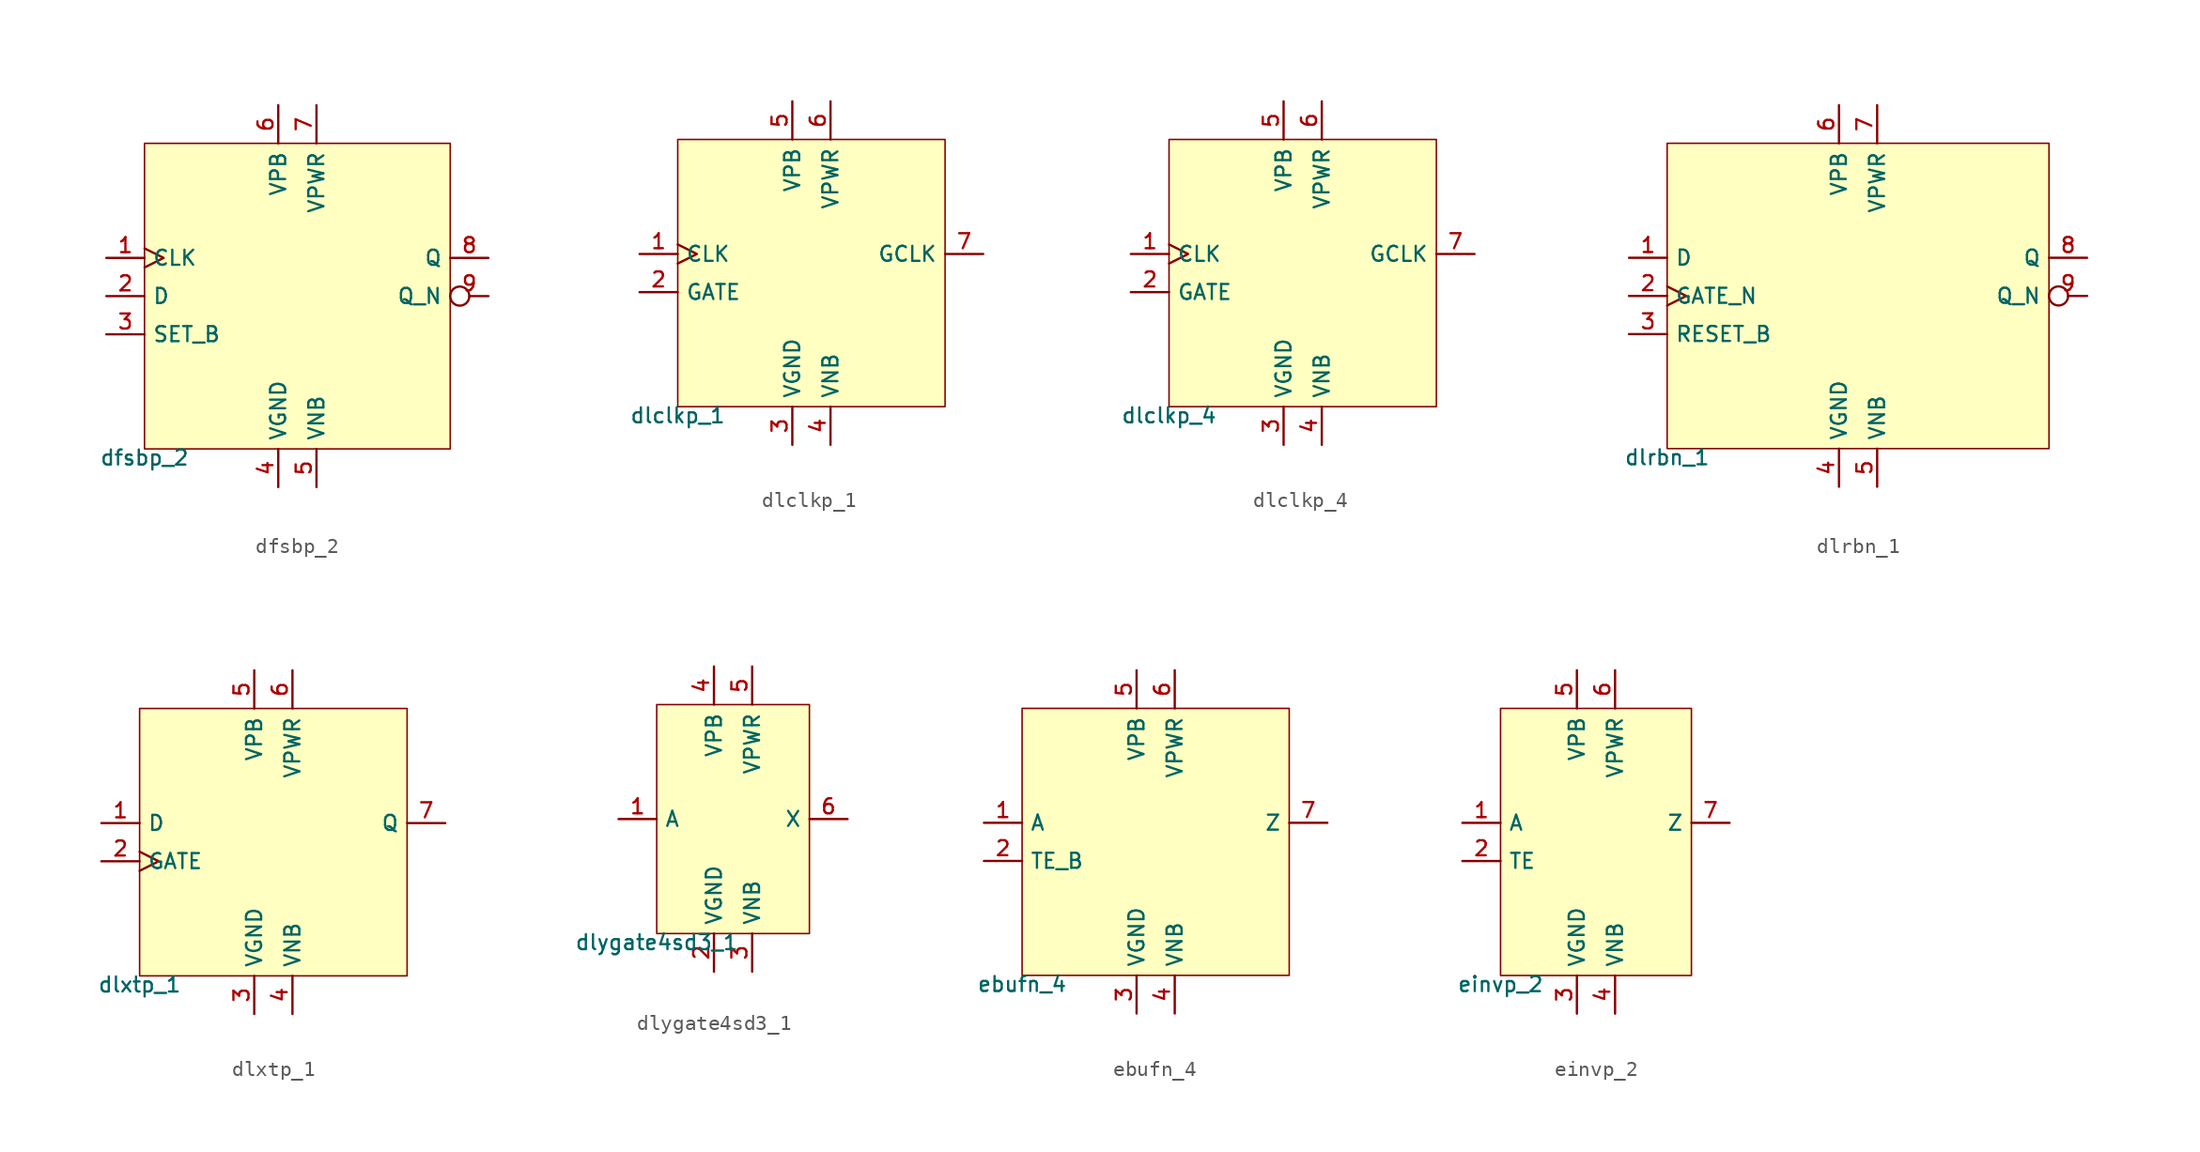
<source format=kicad_sym>
(kicad_symbol_lib
  (version 20211014)
  (generator pdk2kicad)
  (symbol "dfsbp_2"
    (property "Reference" "X"
      (at 0 0 0)
      (effects (font (size 1 1)) hide))
    (property "Value" "dfsbp_2"
      (at -10.16 -10.16 0)
      (effects (font (size 1 1)) (justify top)))
    (rectangle
      (start -10.16 -10.16)
      (end 10.16 10.16)
      (stroke (width 0.1) (type solid) (color 0 0 0 0))
      (fill (type background)))
    (pin input clock
      (at -12.7 2.54 0)
      (length 2.54)
      (name "CLK" (effects (font (size 1 1)) hide))
      (number "1" (effects (font (size 1 1)) hide)))
    (pin input line
      (at -12.7 0.0 0)
      (length 2.54)
      (name "D" (effects (font (size 1 1)) hide))
      (number "2" (effects (font (size 1 1)) hide)))
    (pin input line
      (at -12.7 -2.54 0)
      (length 2.54)
      (name "SET_B" (effects (font (size 1 1)) hide))
      (number "3" (effects (font (size 1 1)) hide)))
    (pin power_in line
      (at -1.27 -12.7 90)
      (length 2.54)
      (name "VGND" (effects (font (size 1 1)) hide))
      (number "4" (effects (font (size 1 1)) hide)))
    (pin power_in line
      (at 1.27 -12.7 90)
      (length 2.54)
      (name "VNB" (effects (font (size 1 1)) hide))
      (number "5" (effects (font (size 1 1)) hide)))
    (pin power_in line
      (at -1.27 12.7 270)
      (length 2.54)
      (name "VPB" (effects (font (size 1 1)) hide))
      (number "6" (effects (font (size 1 1)) hide)))
    (pin power_in line
      (at 1.27 12.7 270)
      (length 2.54)
      (name "VPWR" (effects (font (size 1 1)) hide))
      (number "7" (effects (font (size 1 1)) hide)))
    (pin output line
      (at 12.7 2.54 180)
      (length 2.54)
      (name "Q" (effects (font (size 1 1)) hide))
      (number "8" (effects (font (size 1 1)) hide)))
    (pin output inverted
      (at 12.7 0.0 180)
      (length 2.54)
      (name "Q_N" (effects (font (size 1 1)) hide))
      (number "9" (effects (font (size 1 1)) hide))))
  (symbol "dlclkp_1"
    (property "Reference" "X"
      (at 0 0 0)
      (effects (font (size 1 1)) hide))
    (property "Value" "dlclkp_1"
      (at -8.89 -8.89 0)
      (effects (font (size 1 1)) (justify top)))
    (rectangle
      (start -8.89 -8.89)
      (end 8.89 8.89)
      (stroke (width 0.1) (type solid) (color 0 0 0 0))
      (fill (type background)))
    (pin input clock
      (at -11.43 1.27 0)
      (length 2.54)
      (name "CLK" (effects (font (size 1 1)) hide))
      (number "1" (effects (font (size 1 1)) hide)))
    (pin input line
      (at -11.43 -1.27 0)
      (length 2.54)
      (name "GATE" (effects (font (size 1 1)) hide))
      (number "2" (effects (font (size 1 1)) hide)))
    (pin power_in line
      (at -1.27 -11.43 90)
      (length 2.54)
      (name "VGND" (effects (font (size 1 1)) hide))
      (number "3" (effects (font (size 1 1)) hide)))
    (pin power_in line
      (at 1.27 -11.43 90)
      (length 2.54)
      (name "VNB" (effects (font (size 1 1)) hide))
      (number "4" (effects (font (size 1 1)) hide)))
    (pin power_in line
      (at -1.27 11.43 270)
      (length 2.54)
      (name "VPB" (effects (font (size 1 1)) hide))
      (number "5" (effects (font (size 1 1)) hide)))
    (pin power_in line
      (at 1.27 11.43 270)
      (length 2.54)
      (name "VPWR" (effects (font (size 1 1)) hide))
      (number "6" (effects (font (size 1 1)) hide)))
    (pin output line
      (at 11.43 1.27 180)
      (length 2.54)
      (name "GCLK" (effects (font (size 1 1)) hide))
      (number "7" (effects (font (size 1 1)) hide))))
  (symbol "dlclkp_4"
    (property "Reference" "X"
      (at 0 0 0)
      (effects (font (size 1 1)) hide))
    (property "Value" "dlclkp_4"
      (at -8.89 -8.89 0)
      (effects (font (size 1 1)) (justify top)))
    (rectangle
      (start -8.89 -8.89)
      (end 8.89 8.89)
      (stroke (width 0.1) (type solid) (color 0 0 0 0))
      (fill (type background)))
    (pin input clock
      (at -11.43 1.27 0)
      (length 2.54)
      (name "CLK" (effects (font (size 1 1)) hide))
      (number "1" (effects (font (size 1 1)) hide)))
    (pin input line
      (at -11.43 -1.27 0)
      (length 2.54)
      (name "GATE" (effects (font (size 1 1)) hide))
      (number "2" (effects (font (size 1 1)) hide)))
    (pin power_in line
      (at -1.27 -11.43 90)
      (length 2.54)
      (name "VGND" (effects (font (size 1 1)) hide))
      (number "3" (effects (font (size 1 1)) hide)))
    (pin power_in line
      (at 1.27 -11.43 90)
      (length 2.54)
      (name "VNB" (effects (font (size 1 1)) hide))
      (number "4" (effects (font (size 1 1)) hide)))
    (pin power_in line
      (at -1.27 11.43 270)
      (length 2.54)
      (name "VPB" (effects (font (size 1 1)) hide))
      (number "5" (effects (font (size 1 1)) hide)))
    (pin power_in line
      (at 1.27 11.43 270)
      (length 2.54)
      (name "VPWR" (effects (font (size 1 1)) hide))
      (number "6" (effects (font (size 1 1)) hide)))
    (pin output line
      (at 11.43 1.27 180)
      (length 2.54)
      (name "GCLK" (effects (font (size 1 1)) hide))
      (number "7" (effects (font (size 1 1)) hide))))
  (symbol "dlrbn_1"
    (property "Reference" "X"
      (at 0 0 0)
      (effects (font (size 1 1)) hide))
    (property "Value" "dlrbn_1"
      (at -12.7 -10.16 0)
      (effects (font (size 1 1)) (justify top)))
    (rectangle
      (start -12.7 -10.16)
      (end 12.7 10.16)
      (stroke (width 0.1) (type solid) (color 0 0 0 0))
      (fill (type background)))
    (pin input line
      (at -15.24 2.54 0)
      (length 2.54)
      (name "D" (effects (font (size 1 1)) hide))
      (number "1" (effects (font (size 1 1)) hide)))
    (pin input clock
      (at -15.24 0.0 0)
      (length 2.54)
      (name "GATE_N" (effects (font (size 1 1)) hide))
      (number "2" (effects (font (size 1 1)) hide)))
    (pin input line
      (at -15.24 -2.54 0)
      (length 2.54)
      (name "RESET_B" (effects (font (size 1 1)) hide))
      (number "3" (effects (font (size 1 1)) hide)))
    (pin power_in line
      (at -1.27 -12.7 90)
      (length 2.54)
      (name "VGND" (effects (font (size 1 1)) hide))
      (number "4" (effects (font (size 1 1)) hide)))
    (pin power_in line
      (at 1.27 -12.7 90)
      (length 2.54)
      (name "VNB" (effects (font (size 1 1)) hide))
      (number "5" (effects (font (size 1 1)) hide)))
    (pin power_in line
      (at -1.27 12.7 270)
      (length 2.54)
      (name "VPB" (effects (font (size 1 1)) hide))
      (number "6" (effects (font (size 1 1)) hide)))
    (pin power_in line
      (at 1.27 12.7 270)
      (length 2.54)
      (name "VPWR" (effects (font (size 1 1)) hide))
      (number "7" (effects (font (size 1 1)) hide)))
    (pin output line
      (at 15.24 2.54 180)
      (length 2.54)
      (name "Q" (effects (font (size 1 1)) hide))
      (number "8" (effects (font (size 1 1)) hide)))
    (pin output inverted
      (at 15.24 0.0 180)
      (length 2.54)
      (name "Q_N" (effects (font (size 1 1)) hide))
      (number "9" (effects (font (size 1 1)) hide))))
  (symbol "dlxtp_1"
    (property "Reference" "X"
      (at 0 0 0)
      (effects (font (size 1 1)) hide))
    (property "Value" "dlxtp_1"
      (at -8.89 -8.89 0)
      (effects (font (size 1 1)) (justify top)))
    (rectangle
      (start -8.89 -8.89)
      (end 8.89 8.89)
      (stroke (width 0.1) (type solid) (color 0 0 0 0))
      (fill (type background)))
    (pin input line
      (at -11.43 1.27 0)
      (length 2.54)
      (name "D" (effects (font (size 1 1)) hide))
      (number "1" (effects (font (size 1 1)) hide)))
    (pin input clock
      (at -11.43 -1.27 0)
      (length 2.54)
      (name "GATE" (effects (font (size 1 1)) hide))
      (number "2" (effects (font (size 1 1)) hide)))
    (pin power_in line
      (at -1.27 -11.43 90)
      (length 2.54)
      (name "VGND" (effects (font (size 1 1)) hide))
      (number "3" (effects (font (size 1 1)) hide)))
    (pin power_in line
      (at 1.27 -11.43 90)
      (length 2.54)
      (name "VNB" (effects (font (size 1 1)) hide))
      (number "4" (effects (font (size 1 1)) hide)))
    (pin power_in line
      (at -1.27 11.43 270)
      (length 2.54)
      (name "VPB" (effects (font (size 1 1)) hide))
      (number "5" (effects (font (size 1 1)) hide)))
    (pin power_in line
      (at 1.27 11.43 270)
      (length 2.54)
      (name "VPWR" (effects (font (size 1 1)) hide))
      (number "6" (effects (font (size 1 1)) hide)))
    (pin output line
      (at 11.43 1.27 180)
      (length 2.54)
      (name "Q" (effects (font (size 1 1)) hide))
      (number "7" (effects (font (size 1 1)) hide))))
  (symbol "dlygate4sd3_1"
    (property "Reference" "X"
      (at 0 0 0)
      (effects (font (size 1 1)) hide))
    (property "Value" "dlygate4sd3_1"
      (at -5.08 -7.62 0)
      (effects (font (size 1 1)) (justify top)))
    (rectangle
      (start -5.08 -7.62)
      (end 5.08 7.62)
      (stroke (width 0.1) (type solid) (color 0 0 0 0))
      (fill (type background)))
    (pin input line
      (at -7.62 0.0 0)
      (length 2.54)
      (name "A" (effects (font (size 1 1)) hide))
      (number "1" (effects (font (size 1 1)) hide)))
    (pin power_in line
      (at -1.27 -10.16 90)
      (length 2.54)
      (name "VGND" (effects (font (size 1 1)) hide))
      (number "2" (effects (font (size 1 1)) hide)))
    (pin power_in line
      (at 1.27 -10.16 90)
      (length 2.54)
      (name "VNB" (effects (font (size 1 1)) hide))
      (number "3" (effects (font (size 1 1)) hide)))
    (pin power_in line
      (at -1.27 10.16 270)
      (length 2.54)
      (name "VPB" (effects (font (size 1 1)) hide))
      (number "4" (effects (font (size 1 1)) hide)))
    (pin power_in line
      (at 1.27 10.16 270)
      (length 2.54)
      (name "VPWR" (effects (font (size 1 1)) hide))
      (number "5" (effects (font (size 1 1)) hide)))
    (pin output line
      (at 7.62 0.0 180)
      (length 2.54)
      (name "X" (effects (font (size 1 1)) hide))
      (number "6" (effects (font (size 1 1)) hide))))
  (symbol "ebufn_4"
    (property "Reference" "X"
      (at 0 0 0)
      (effects (font (size 1 1)) hide))
    (property "Value" "ebufn_4"
      (at -8.89 -8.89 0)
      (effects (font (size 1 1)) (justify top)))
    (rectangle
      (start -8.89 -8.89)
      (end 8.89 8.89)
      (stroke (width 0.1) (type solid) (color 0 0 0 0))
      (fill (type background)))
    (pin input line
      (at -11.43 1.27 0)
      (length 2.54)
      (name "A" (effects (font (size 1 1)) hide))
      (number "1" (effects (font (size 1 1)) hide)))
    (pin input line
      (at -11.43 -1.27 0)
      (length 2.54)
      (name "TE_B" (effects (font (size 1 1)) hide))
      (number "2" (effects (font (size 1 1)) hide)))
    (pin power_in line
      (at -1.27 -11.43 90)
      (length 2.54)
      (name "VGND" (effects (font (size 1 1)) hide))
      (number "3" (effects (font (size 1 1)) hide)))
    (pin power_in line
      (at 1.27 -11.43 90)
      (length 2.54)
      (name "VNB" (effects (font (size 1 1)) hide))
      (number "4" (effects (font (size 1 1)) hide)))
    (pin power_in line
      (at -1.27 11.43 270)
      (length 2.54)
      (name "VPB" (effects (font (size 1 1)) hide))
      (number "5" (effects (font (size 1 1)) hide)))
    (pin power_in line
      (at 1.27 11.43 270)
      (length 2.54)
      (name "VPWR" (effects (font (size 1 1)) hide))
      (number "6" (effects (font (size 1 1)) hide)))
    (pin output line
      (at 11.43 1.27 180)
      (length 2.54)
      (name "Z" (effects (font (size 1 1)) hide))
      (number "7" (effects (font (size 1 1)) hide))))
  (symbol "einvp_2"
    (property "Reference" "X"
      (at 0 0 0)
      (effects (font (size 1 1)) hide))
    (property "Value" "einvp_2"
      (at -6.35 -8.89 0)
      (effects (font (size 1 1)) (justify top)))
    (rectangle
      (start -6.35 -8.89)
      (end 6.35 8.89)
      (stroke (width 0.1) (type solid) (color 0 0 0 0))
      (fill (type background)))
    (pin input line
      (at -8.89 1.27 0)
      (length 2.54)
      (name "A" (effects (font (size 1 1)) hide))
      (number "1" (effects (font (size 1 1)) hide)))
    (pin input line
      (at -8.89 -1.27 0)
      (length 2.54)
      (name "TE" (effects (font (size 1 1)) hide))
      (number "2" (effects (font (size 1 1)) hide)))
    (pin power_in line
      (at -1.27 -11.43 90)
      (length 2.54)
      (name "VGND" (effects (font (size 1 1)) hide))
      (number "3" (effects (font (size 1 1)) hide)))
    (pin power_in line
      (at 1.27 -11.43 90)
      (length 2.54)
      (name "VNB" (effects (font (size 1 1)) hide))
      (number "4" (effects (font (size 1 1)) hide)))
    (pin power_in line
      (at -1.27 11.43 270)
      (length 2.54)
      (name "VPB" (effects (font (size 1 1)) hide))
      (number "5" (effects (font (size 1 1)) hide)))
    (pin power_in line
      (at 1.27 11.43 270)
      (length 2.54)
      (name "VPWR" (effects (font (size 1 1)) hide))
      (number "6" (effects (font (size 1 1)) hide)))
    (pin output line
      (at 8.89 1.27 180)
      (length 2.54)
      (name "Z" (effects (font (size 1 1)) hide))
      (number "7" (effects (font (size 1 1)) hide)))))
</source>
